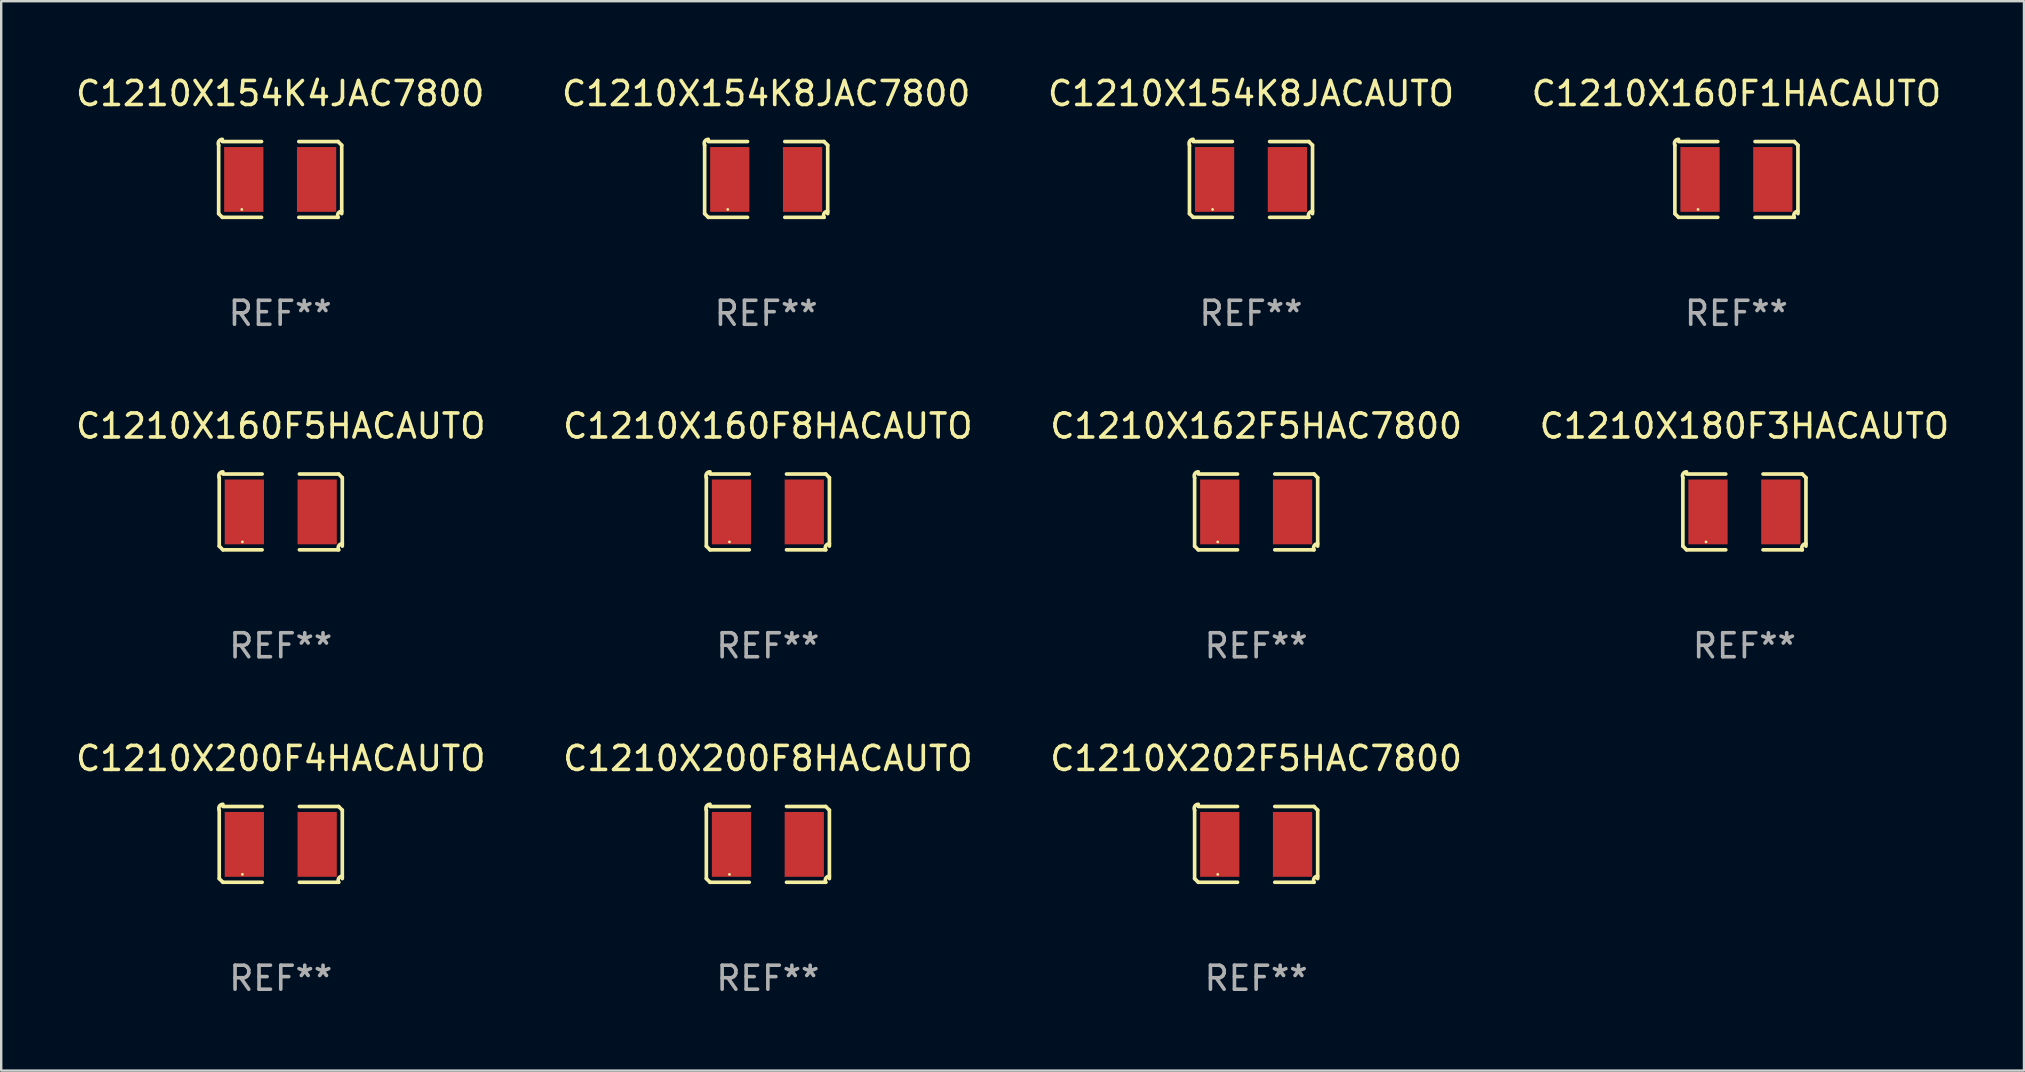
<source format=kicad_pcb>
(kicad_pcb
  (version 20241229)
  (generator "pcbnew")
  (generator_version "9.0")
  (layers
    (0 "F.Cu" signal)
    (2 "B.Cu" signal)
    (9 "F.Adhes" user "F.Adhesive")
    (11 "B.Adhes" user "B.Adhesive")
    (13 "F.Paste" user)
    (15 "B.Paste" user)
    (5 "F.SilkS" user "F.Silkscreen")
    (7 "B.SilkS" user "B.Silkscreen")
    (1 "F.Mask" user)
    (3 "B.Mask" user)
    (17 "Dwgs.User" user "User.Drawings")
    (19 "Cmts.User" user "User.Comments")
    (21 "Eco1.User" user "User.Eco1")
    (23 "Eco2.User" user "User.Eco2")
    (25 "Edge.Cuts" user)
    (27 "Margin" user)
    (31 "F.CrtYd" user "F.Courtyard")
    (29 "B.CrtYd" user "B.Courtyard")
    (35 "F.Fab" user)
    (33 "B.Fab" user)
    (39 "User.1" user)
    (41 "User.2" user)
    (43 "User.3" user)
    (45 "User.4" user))
  (footprint "C1210X160F5HACAUTO"
    (layer "F.Cu")
    (at 8.649 18.281)
    (property "Reference" "C1210X160F5HACAUTO" (at 0 -3.579 0) (layer "F.SilkS") (effects (font (size 1 1) (thickness 0.15))))
    (attr through_hole)
    (fp_line (start -2.564 1.426) (end -2.564 -1.426) (stroke (width 0.152) (type solid)) (layer "F.SilkS"))
    (fp_line (start -2.411 -1.579) (end -0.776 -1.579) (stroke (width 0.152) (type solid)) (layer "F.SilkS"))
    (fp_line (start -0.776 1.579) (end -2.411 1.579) (stroke (width 0.152) (type solid)) (layer "F.SilkS"))
    (fp_line (start 0.776 1.579) (end 2.411 1.579) (stroke (width 0.152) (type solid)) (layer "F.SilkS"))
    (fp_line (start 2.411 -1.579) (end 0.776 -1.579) (stroke (width 0.152) (type solid)) (layer "F.SilkS"))
    (fp_line (start 2.564 1.426) (end 2.564 -1.426) (stroke (width 0.152) (type solid)) (layer "F.SilkS"))
    (fp_arc (start -2.563602 -1.426213) (mid -2.555597 -1.591233) (end -2.411201 -1.671518) (stroke (width 0.1524) (type solid)) (layer "F.SilkS"))
    (fp_arc (start -2.5636 1.426214) (mid -2.487389 1.502402) (end -2.411201 1.578613) (stroke (width 0.1524) (type solid)) (layer "F.SilkS"))
    (fp_arc (start 2.411197 -1.578618) (mid 2.487403 -1.502419) (end 2.563602 -1.426213) (stroke (width 0.1524) (type solid)) (layer "F.SilkS"))
    (fp_arc (start 2.411201 1.578613) (mid 2.416214 1.409455) (end 2.563602 1.32629) (stroke (width 0.1524) (type solid)) (layer "F.SilkS"))
    (fp_circle (center -1.6 1.25) (end -1.57 1.25) (stroke (width 0.06) (type solid)) (fill no) (layer "F.SilkS"))
    (fp_text user "REF**" (at 0 5.579 0) (layer "F.Fab") (effects (font (size 1 1) (thickness 0.15))))
    (pad "1" smd rect (at -1.517 0) (size 1.635 2.7) (layers "F.Cu" "F.Mask" "F.Paste"))
    (pad "2" smd rect (at 1.517 0) (size 1.635 2.7) (layers "F.Cu" "F.Mask" "F.Paste")))
  (footprint "C1210X160F8HACAUTO"
    (layer "F.Cu")
    (at 28.946 18.281)
    (property "Reference" "C1210X160F8HACAUTO" (at 0 -3.579 0) (layer "F.SilkS") (effects (font (size 1 1) (thickness 0.15))))
    (attr through_hole)
    (fp_line (start -2.564 1.426) (end -2.564 -1.426) (stroke (width 0.152) (type solid)) (layer "F.SilkS"))
    (fp_line (start -2.411 -1.579) (end -0.776 -1.579) (stroke (width 0.152) (type solid)) (layer "F.SilkS"))
    (fp_line (start -0.776 1.579) (end -2.411 1.579) (stroke (width 0.152) (type solid)) (layer "F.SilkS"))
    (fp_line (start 0.776 1.579) (end 2.411 1.579) (stroke (width 0.152) (type solid)) (layer "F.SilkS"))
    (fp_line (start 2.411 -1.579) (end 0.776 -1.579) (stroke (width 0.152) (type solid)) (layer "F.SilkS"))
    (fp_line (start 2.564 1.426) (end 2.564 -1.426) (stroke (width 0.152) (type solid)) (layer "F.SilkS"))
    (fp_arc (start -2.563602 -1.426213) (mid -2.555597 -1.591233) (end -2.411201 -1.671518) (stroke (width 0.1524) (type solid)) (layer "F.SilkS"))
    (fp_arc (start -2.5636 1.426214) (mid -2.487389 1.502402) (end -2.411201 1.578613) (stroke (width 0.1524) (type solid)) (layer "F.SilkS"))
    (fp_arc (start 2.411197 -1.578618) (mid 2.487403 -1.502419) (end 2.563602 -1.426213) (stroke (width 0.1524) (type solid)) (layer "F.SilkS"))
    (fp_arc (start 2.411201 1.578613) (mid 2.416214 1.409455) (end 2.563602 1.32629) (stroke (width 0.1524) (type solid)) (layer "F.SilkS"))
    (fp_circle (center -1.6 1.25) (end -1.57 1.25) (stroke (width 0.06) (type solid)) (fill no) (layer "F.SilkS"))
    (fp_text user "REF**" (at 0 5.579 0) (layer "F.Fab") (effects (font (size 1 1) (thickness 0.15))))
    (pad "1" smd rect (at -1.517 0) (size 1.635 2.7) (layers "F.Cu" "F.Mask" "F.Paste"))
    (pad "2" smd rect (at 1.517 0) (size 1.635 2.7) (layers "F.Cu" "F.Mask" "F.Paste")))
  (footprint "C1210X162F5HAC7800"
    (layer "F.Cu")
    (at 49.292 18.281)
    (property "Reference" "C1210X162F5HAC7800" (at 0 -3.579 0) (layer "F.SilkS") (effects (font (size 1 1) (thickness 0.15))))
    (attr through_hole)
    (fp_line (start -2.564 1.426) (end -2.564 -1.426) (stroke (width 0.152) (type solid)) (layer "F.SilkS"))
    (fp_line (start -2.411 -1.579) (end -0.776 -1.579) (stroke (width 0.152) (type solid)) (layer "F.SilkS"))
    (fp_line (start -0.776 1.579) (end -2.411 1.579) (stroke (width 0.152) (type solid)) (layer "F.SilkS"))
    (fp_line (start 0.776 1.579) (end 2.411 1.579) (stroke (width 0.152) (type solid)) (layer "F.SilkS"))
    (fp_line (start 2.411 -1.579) (end 0.776 -1.579) (stroke (width 0.152) (type solid)) (layer "F.SilkS"))
    (fp_line (start 2.564 1.426) (end 2.564 -1.426) (stroke (width 0.152) (type solid)) (layer "F.SilkS"))
    (fp_arc (start -2.563602 -1.426213) (mid -2.555597 -1.591233) (end -2.411201 -1.671518) (stroke (width 0.1524) (type solid)) (layer "F.SilkS"))
    (fp_arc (start -2.5636 1.426214) (mid -2.487389 1.502402) (end -2.411201 1.578613) (stroke (width 0.1524) (type solid)) (layer "F.SilkS"))
    (fp_arc (start 2.411197 -1.578618) (mid 2.487403 -1.502419) (end 2.563602 -1.426213) (stroke (width 0.1524) (type solid)) (layer "F.SilkS"))
    (fp_arc (start 2.411201 1.578613) (mid 2.416214 1.409455) (end 2.563602 1.32629) (stroke (width 0.1524) (type solid)) (layer "F.SilkS"))
    (fp_circle (center -1.6 1.25) (end -1.57 1.25) (stroke (width 0.06) (type solid)) (fill no) (layer "F.SilkS"))
    (fp_text user "REF**" (at 0 5.579 0) (layer "F.Fab") (effects (font (size 1 1) (thickness 0.15))))
    (pad "1" smd rect (at -1.517 0) (size 1.635 2.7) (layers "F.Cu" "F.Mask" "F.Paste"))
    (pad "2" smd rect (at 1.517 0) (size 1.635 2.7) (layers "F.Cu" "F.Mask" "F.Paste")))
  (footprint "C1210X154K8JAC7800"
    (layer "F.Cu")
    (at 28.875 4.427)
    (property "Reference" "C1210X154K8JAC7800" (at 0 -3.579 0) (layer "F.SilkS") (effects (font (size 1 1) (thickness 0.15))))
    (attr through_hole)
    (fp_line (start -2.564 1.426) (end -2.564 -1.426) (stroke (width 0.152) (type solid)) (layer "F.SilkS"))
    (fp_line (start -2.411 -1.579) (end -0.776 -1.579) (stroke (width 0.152) (type solid)) (layer "F.SilkS"))
    (fp_line (start -0.776 1.579) (end -2.411 1.579) (stroke (width 0.152) (type solid)) (layer "F.SilkS"))
    (fp_line (start 0.776 1.579) (end 2.411 1.579) (stroke (width 0.152) (type solid)) (layer "F.SilkS"))
    (fp_line (start 2.411 -1.579) (end 0.776 -1.579) (stroke (width 0.152) (type solid)) (layer "F.SilkS"))
    (fp_line (start 2.564 1.426) (end 2.564 -1.426) (stroke (width 0.152) (type solid)) (layer "F.SilkS"))
    (fp_arc (start -2.563602 -1.426213) (mid -2.555597 -1.591233) (end -2.411201 -1.671518) (stroke (width 0.1524) (type solid)) (layer "F.SilkS"))
    (fp_arc (start -2.5636 1.426214) (mid -2.487389 1.502402) (end -2.411201 1.578613) (stroke (width 0.1524) (type solid)) (layer "F.SilkS"))
    (fp_arc (start 2.411197 -1.578618) (mid 2.487403 -1.502419) (end 2.563602 -1.426213) (stroke (width 0.1524) (type solid)) (layer "F.SilkS"))
    (fp_arc (start 2.411201 1.578613) (mid 2.416214 1.409455) (end 2.563602 1.32629) (stroke (width 0.1524) (type solid)) (layer "F.SilkS"))
    (fp_circle (center -1.6 1.25) (end -1.57 1.25) (stroke (width 0.06) (type solid)) (fill no) (layer "F.SilkS"))
    (fp_text user "REF**" (at 0 5.579 0) (layer "F.Fab") (effects (font (size 1 1) (thickness 0.15))))
    (pad "1" smd rect (at -1.517 0) (size 1.635 2.7) (layers "F.Cu" "F.Mask" "F.Paste"))
    (pad "2" smd rect (at 1.517 0) (size 1.635 2.7) (layers "F.Cu" "F.Mask" "F.Paste")))
  (footprint "C1210X200F4HACAUTO"
    (layer "F.Cu")
    (at 8.649 32.134)
    (property "Reference" "C1210X200F4HACAUTO" (at 0 -3.579 0) (layer "F.SilkS") (effects (font (size 1 1) (thickness 0.15))))
    (attr through_hole)
    (fp_line (start -2.564 1.426) (end -2.564 -1.426) (stroke (width 0.152) (type solid)) (layer "F.SilkS"))
    (fp_line (start -2.411 -1.579) (end -0.776 -1.579) (stroke (width 0.152) (type solid)) (layer "F.SilkS"))
    (fp_line (start -0.776 1.579) (end -2.411 1.579) (stroke (width 0.152) (type solid)) (layer "F.SilkS"))
    (fp_line (start 0.776 1.579) (end 2.411 1.579) (stroke (width 0.152) (type solid)) (layer "F.SilkS"))
    (fp_line (start 2.411 -1.579) (end 0.776 -1.579) (stroke (width 0.152) (type solid)) (layer "F.SilkS"))
    (fp_line (start 2.564 1.426) (end 2.564 -1.426) (stroke (width 0.152) (type solid)) (layer "F.SilkS"))
    (fp_arc (start -2.563602 -1.426213) (mid -2.555597 -1.591233) (end -2.411201 -1.671518) (stroke (width 0.1524) (type solid)) (layer "F.SilkS"))
    (fp_arc (start -2.5636 1.426214) (mid -2.487389 1.502402) (end -2.411201 1.578613) (stroke (width 0.1524) (type solid)) (layer "F.SilkS"))
    (fp_arc (start 2.411197 -1.578618) (mid 2.487403 -1.502419) (end 2.563602 -1.426213) (stroke (width 0.1524) (type solid)) (layer "F.SilkS"))
    (fp_arc (start 2.411201 1.578613) (mid 2.416214 1.409455) (end 2.563602 1.32629) (stroke (width 0.1524) (type solid)) (layer "F.SilkS"))
    (fp_circle (center -1.6 1.25) (end -1.57 1.25) (stroke (width 0.06) (type solid)) (fill no) (layer "F.SilkS"))
    (fp_text user "REF**" (at 0 5.579 0) (layer "F.Fab") (effects (font (size 1 1) (thickness 0.15))))
    (pad "1" smd rect (at -1.517 0) (size 1.635 2.7) (layers "F.Cu" "F.Mask" "F.Paste"))
    (pad "2" smd rect (at 1.517 0) (size 1.635 2.7) (layers "F.Cu" "F.Mask" "F.Paste")))
  (footprint "C1210X160F1HACAUTO"
    (layer "F.Cu")
    (at 69.304 4.427)
    (property "Reference" "C1210X160F1HACAUTO" (at 0 -3.579 0) (layer "F.SilkS") (effects (font (size 1 1) (thickness 0.15))))
    (attr through_hole)
    (fp_line (start -2.564 1.426) (end -2.564 -1.426) (stroke (width 0.152) (type solid)) (layer "F.SilkS"))
    (fp_line (start -2.411 -1.579) (end -0.776 -1.579) (stroke (width 0.152) (type solid)) (layer "F.SilkS"))
    (fp_line (start -0.776 1.579) (end -2.411 1.579) (stroke (width 0.152) (type solid)) (layer "F.SilkS"))
    (fp_line (start 0.776 1.579) (end 2.411 1.579) (stroke (width 0.152) (type solid)) (layer "F.SilkS"))
    (fp_line (start 2.411 -1.579) (end 0.776 -1.579) (stroke (width 0.152) (type solid)) (layer "F.SilkS"))
    (fp_line (start 2.564 1.426) (end 2.564 -1.426) (stroke (width 0.152) (type solid)) (layer "F.SilkS"))
    (fp_arc (start -2.563602 -1.426213) (mid -2.555597 -1.591233) (end -2.411201 -1.671518) (stroke (width 0.1524) (type solid)) (layer "F.SilkS"))
    (fp_arc (start -2.5636 1.426214) (mid -2.487389 1.502402) (end -2.411201 1.578613) (stroke (width 0.1524) (type solid)) (layer "F.SilkS"))
    (fp_arc (start 2.411197 -1.578618) (mid 2.487403 -1.502419) (end 2.563602 -1.426213) (stroke (width 0.1524) (type solid)) (layer "F.SilkS"))
    (fp_arc (start 2.411201 1.578613) (mid 2.416214 1.409455) (end 2.563602 1.32629) (stroke (width 0.1524) (type solid)) (layer "F.SilkS"))
    (fp_circle (center -1.6 1.25) (end -1.57 1.25) (stroke (width 0.06) (type solid)) (fill no) (layer "F.SilkS"))
    (fp_text user "REF**" (at 0 5.579 0) (layer "F.Fab") (effects (font (size 1 1) (thickness 0.15))))
    (pad "1" smd rect (at -1.517 0) (size 1.635 2.7) (layers "F.Cu" "F.Mask" "F.Paste"))
    (pad "2" smd rect (at 1.517 0) (size 1.635 2.7) (layers "F.Cu" "F.Mask" "F.Paste")))
  (footprint "C1210X154K4JAC7800"
    (layer "F.Cu")
    (at 8.625 4.427)
    (property "Reference" "C1210X154K4JAC7800" (at 0 -3.579 0) (layer "F.SilkS") (effects (font (size 1 1) (thickness 0.15))))
    (attr through_hole)
    (fp_line (start -2.564 1.426) (end -2.564 -1.426) (stroke (width 0.152) (type solid)) (layer "F.SilkS"))
    (fp_line (start -2.411 -1.579) (end -0.776 -1.579) (stroke (width 0.152) (type solid)) (layer "F.SilkS"))
    (fp_line (start -0.776 1.579) (end -2.411 1.579) (stroke (width 0.152) (type solid)) (layer "F.SilkS"))
    (fp_line (start 0.776 1.579) (end 2.411 1.579) (stroke (width 0.152) (type solid)) (layer "F.SilkS"))
    (fp_line (start 2.411 -1.579) (end 0.776 -1.579) (stroke (width 0.152) (type solid)) (layer "F.SilkS"))
    (fp_line (start 2.564 1.426) (end 2.564 -1.426) (stroke (width 0.152) (type solid)) (layer "F.SilkS"))
    (fp_arc (start -2.563602 -1.426213) (mid -2.555597 -1.591233) (end -2.411201 -1.671518) (stroke (width 0.1524) (type solid)) (layer "F.SilkS"))
    (fp_arc (start -2.5636 1.426214) (mid -2.487389 1.502402) (end -2.411201 1.578613) (stroke (width 0.1524) (type solid)) (layer "F.SilkS"))
    (fp_arc (start 2.411197 -1.578618) (mid 2.487403 -1.502419) (end 2.563602 -1.426213) (stroke (width 0.1524) (type solid)) (layer "F.SilkS"))
    (fp_arc (start 2.411201 1.578613) (mid 2.416214 1.409455) (end 2.563602 1.32629) (stroke (width 0.1524) (type solid)) (layer "F.SilkS"))
    (fp_circle (center -1.6 1.25) (end -1.57 1.25) (stroke (width 0.06) (type solid)) (fill no) (layer "F.SilkS"))
    (fp_text user "REF**" (at 0 5.579 0) (layer "F.Fab") (effects (font (size 1 1) (thickness 0.15))))
    (pad "1" smd rect (at -1.517 0) (size 1.635 2.7) (layers "F.Cu" "F.Mask" "F.Paste"))
    (pad "2" smd rect (at 1.517 0) (size 1.635 2.7) (layers "F.Cu" "F.Mask" "F.Paste")))
  (footprint "C1210X202F5HAC7800"
    (layer "F.Cu")
    (at 49.292 32.134)
    (property "Reference" "C1210X202F5HAC7800" (at 0 -3.579 0) (layer "F.SilkS") (effects (font (size 1 1) (thickness 0.15))))
    (attr through_hole)
    (fp_line (start -2.564 1.426) (end -2.564 -1.426) (stroke (width 0.152) (type solid)) (layer "F.SilkS"))
    (fp_line (start -2.411 -1.579) (end -0.776 -1.579) (stroke (width 0.152) (type solid)) (layer "F.SilkS"))
    (fp_line (start -0.776 1.579) (end -2.411 1.579) (stroke (width 0.152) (type solid)) (layer "F.SilkS"))
    (fp_line (start 0.776 1.579) (end 2.411 1.579) (stroke (width 0.152) (type solid)) (layer "F.SilkS"))
    (fp_line (start 2.411 -1.579) (end 0.776 -1.579) (stroke (width 0.152) (type solid)) (layer "F.SilkS"))
    (fp_line (start 2.564 1.426) (end 2.564 -1.426) (stroke (width 0.152) (type solid)) (layer "F.SilkS"))
    (fp_arc (start -2.563602 -1.426213) (mid -2.555597 -1.591233) (end -2.411201 -1.671518) (stroke (width 0.1524) (type solid)) (layer "F.SilkS"))
    (fp_arc (start -2.5636 1.426214) (mid -2.487389 1.502402) (end -2.411201 1.578613) (stroke (width 0.1524) (type solid)) (layer "F.SilkS"))
    (fp_arc (start 2.411197 -1.578618) (mid 2.487403 -1.502419) (end 2.563602 -1.426213) (stroke (width 0.1524) (type solid)) (layer "F.SilkS"))
    (fp_arc (start 2.411201 1.578613) (mid 2.416214 1.409455) (end 2.563602 1.32629) (stroke (width 0.1524) (type solid)) (layer "F.SilkS"))
    (fp_circle (center -1.6 1.25) (end -1.57 1.25) (stroke (width 0.06) (type solid)) (fill no) (layer "F.SilkS"))
    (fp_text user "REF**" (at 0 5.579 0) (layer "F.Fab") (effects (font (size 1 1) (thickness 0.15))))
    (pad "1" smd rect (at -1.517 0) (size 1.635 2.7) (layers "F.Cu" "F.Mask" "F.Paste"))
    (pad "2" smd rect (at 1.517 0) (size 1.635 2.7) (layers "F.Cu" "F.Mask" "F.Paste")))
  (footprint "C1210X180F3HACAUTO"
    (layer "F.Cu")
    (at 69.637 18.281)
    (property "Reference" "C1210X180F3HACAUTO" (at 0 -3.579 0) (layer "F.SilkS") (effects (font (size 1 1) (thickness 0.15))))
    (attr through_hole)
    (fp_line (start -2.564 1.426) (end -2.564 -1.426) (stroke (width 0.152) (type solid)) (layer "F.SilkS"))
    (fp_line (start -2.411 -1.579) (end -0.776 -1.579) (stroke (width 0.152) (type solid)) (layer "F.SilkS"))
    (fp_line (start -0.776 1.579) (end -2.411 1.579) (stroke (width 0.152) (type solid)) (layer "F.SilkS"))
    (fp_line (start 0.776 1.579) (end 2.411 1.579) (stroke (width 0.152) (type solid)) (layer "F.SilkS"))
    (fp_line (start 2.411 -1.579) (end 0.776 -1.579) (stroke (width 0.152) (type solid)) (layer "F.SilkS"))
    (fp_line (start 2.564 1.426) (end 2.564 -1.426) (stroke (width 0.152) (type solid)) (layer "F.SilkS"))
    (fp_arc (start -2.563602 -1.426213) (mid -2.555597 -1.591233) (end -2.411201 -1.671518) (stroke (width 0.1524) (type solid)) (layer "F.SilkS"))
    (fp_arc (start -2.5636 1.426214) (mid -2.487389 1.502402) (end -2.411201 1.578613) (stroke (width 0.1524) (type solid)) (layer "F.SilkS"))
    (fp_arc (start 2.411197 -1.578618) (mid 2.487403 -1.502419) (end 2.563602 -1.426213) (stroke (width 0.1524) (type solid)) (layer "F.SilkS"))
    (fp_arc (start 2.411201 1.578613) (mid 2.416214 1.409455) (end 2.563602 1.32629) (stroke (width 0.1524) (type solid)) (layer "F.SilkS"))
    (fp_circle (center -1.6 1.25) (end -1.57 1.25) (stroke (width 0.06) (type solid)) (fill no) (layer "F.SilkS"))
    (fp_text user "REF**" (at 0 5.579 0) (layer "F.Fab") (effects (font (size 1 1) (thickness 0.15))))
    (pad "1" smd rect (at -1.517 0) (size 1.635 2.7) (layers "F.Cu" "F.Mask" "F.Paste"))
    (pad "2" smd rect (at 1.517 0) (size 1.635 2.7) (layers "F.Cu" "F.Mask" "F.Paste")))
  (footprint "C1210X154K8JACAUTO"
    (layer "F.Cu")
    (at 49.077 4.427)
    (property "Reference" "C1210X154K8JACAUTO" (at 0 -3.579 0) (layer "F.SilkS") (effects (font (size 1 1) (thickness 0.15))))
    (attr through_hole)
    (fp_line (start -2.564 1.426) (end -2.564 -1.426) (stroke (width 0.152) (type solid)) (layer "F.SilkS"))
    (fp_line (start -2.411 -1.579) (end -0.776 -1.579) (stroke (width 0.152) (type solid)) (layer "F.SilkS"))
    (fp_line (start -0.776 1.579) (end -2.411 1.579) (stroke (width 0.152) (type solid)) (layer "F.SilkS"))
    (fp_line (start 0.776 1.579) (end 2.411 1.579) (stroke (width 0.152) (type solid)) (layer "F.SilkS"))
    (fp_line (start 2.411 -1.579) (end 0.776 -1.579) (stroke (width 0.152) (type solid)) (layer "F.SilkS"))
    (fp_line (start 2.564 1.426) (end 2.564 -1.426) (stroke (width 0.152) (type solid)) (layer "F.SilkS"))
    (fp_arc (start -2.563602 -1.426213) (mid -2.555597 -1.591233) (end -2.411201 -1.671518) (stroke (width 0.1524) (type solid)) (layer "F.SilkS"))
    (fp_arc (start -2.5636 1.426214) (mid -2.487389 1.502402) (end -2.411201 1.578613) (stroke (width 0.1524) (type solid)) (layer "F.SilkS"))
    (fp_arc (start 2.411197 -1.578618) (mid 2.487403 -1.502419) (end 2.563602 -1.426213) (stroke (width 0.1524) (type solid)) (layer "F.SilkS"))
    (fp_arc (start 2.411201 1.578613) (mid 2.416214 1.409455) (end 2.563602 1.32629) (stroke (width 0.1524) (type solid)) (layer "F.SilkS"))
    (fp_circle (center -1.6 1.25) (end -1.57 1.25) (stroke (width 0.06) (type solid)) (fill no) (layer "F.SilkS"))
    (fp_text user "REF**" (at 0 5.579 0) (layer "F.Fab") (effects (font (size 1 1) (thickness 0.15))))
    (pad "1" smd rect (at -1.517 0) (size 1.635 2.7) (layers "F.Cu" "F.Mask" "F.Paste"))
    (pad "2" smd rect (at 1.517 0) (size 1.635 2.7) (layers "F.Cu" "F.Mask" "F.Paste")))
  (footprint "C1210X200F8HACAUTO"
    (layer "F.Cu")
    (at 28.946 32.134)
    (property "Reference" "C1210X200F8HACAUTO" (at 0 -3.579 0) (layer "F.SilkS") (effects (font (size 1 1) (thickness 0.15))))
    (attr through_hole)
    (fp_line (start -2.564 1.426) (end -2.564 -1.426) (stroke (width 0.152) (type solid)) (layer "F.SilkS"))
    (fp_line (start -2.411 -1.579) (end -0.776 -1.579) (stroke (width 0.152) (type solid)) (layer "F.SilkS"))
    (fp_line (start -0.776 1.579) (end -2.411 1.579) (stroke (width 0.152) (type solid)) (layer "F.SilkS"))
    (fp_line (start 0.776 1.579) (end 2.411 1.579) (stroke (width 0.152) (type solid)) (layer "F.SilkS"))
    (fp_line (start 2.411 -1.579) (end 0.776 -1.579) (stroke (width 0.152) (type solid)) (layer "F.SilkS"))
    (fp_line (start 2.564 1.426) (end 2.564 -1.426) (stroke (width 0.152) (type solid)) (layer "F.SilkS"))
    (fp_arc (start -2.563602 -1.426213) (mid -2.555597 -1.591233) (end -2.411201 -1.671518) (stroke (width 0.1524) (type solid)) (layer "F.SilkS"))
    (fp_arc (start -2.5636 1.426214) (mid -2.487389 1.502402) (end -2.411201 1.578613) (stroke (width 0.1524) (type solid)) (layer "F.SilkS"))
    (fp_arc (start 2.411197 -1.578618) (mid 2.487403 -1.502419) (end 2.563602 -1.426213) (stroke (width 0.1524) (type solid)) (layer "F.SilkS"))
    (fp_arc (start 2.411201 1.578613) (mid 2.416214 1.409455) (end 2.563602 1.32629) (stroke (width 0.1524) (type solid)) (layer "F.SilkS"))
    (fp_circle (center -1.6 1.25) (end -1.57 1.25) (stroke (width 0.06) (type solid)) (fill no) (layer "F.SilkS"))
    (fp_text user "REF**" (at 0 5.579 0) (layer "F.Fab") (effects (font (size 1 1) (thickness 0.15))))
    (pad "1" smd rect (at -1.517 0) (size 1.635 2.7) (layers "F.Cu" "F.Mask" "F.Paste"))
    (pad "2" smd rect (at 1.517 0) (size 1.635 2.7) (layers "F.Cu" "F.Mask" "F.Paste")))
  (gr_rect
    (start -3 -3)
    (end 81.286 41.561)
    (stroke (width 0.1) (type default))
    (fill no)
    (layer "Edge.Cuts")))
</source>
